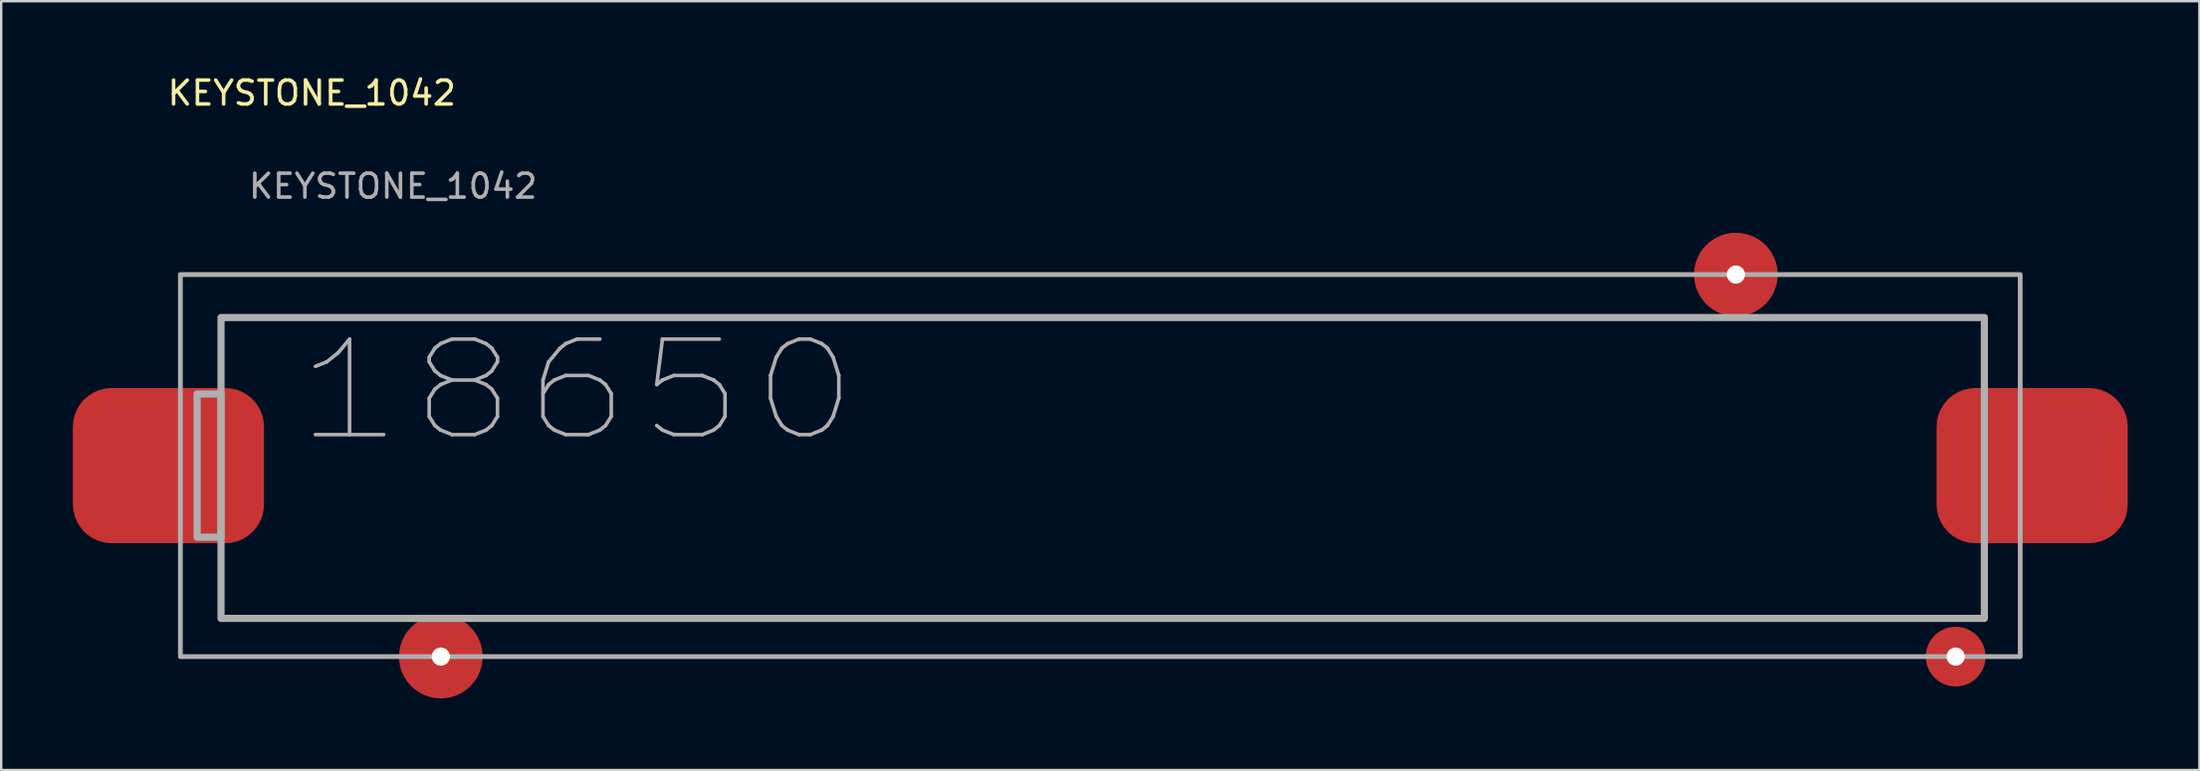
<source format=kicad_pcb>
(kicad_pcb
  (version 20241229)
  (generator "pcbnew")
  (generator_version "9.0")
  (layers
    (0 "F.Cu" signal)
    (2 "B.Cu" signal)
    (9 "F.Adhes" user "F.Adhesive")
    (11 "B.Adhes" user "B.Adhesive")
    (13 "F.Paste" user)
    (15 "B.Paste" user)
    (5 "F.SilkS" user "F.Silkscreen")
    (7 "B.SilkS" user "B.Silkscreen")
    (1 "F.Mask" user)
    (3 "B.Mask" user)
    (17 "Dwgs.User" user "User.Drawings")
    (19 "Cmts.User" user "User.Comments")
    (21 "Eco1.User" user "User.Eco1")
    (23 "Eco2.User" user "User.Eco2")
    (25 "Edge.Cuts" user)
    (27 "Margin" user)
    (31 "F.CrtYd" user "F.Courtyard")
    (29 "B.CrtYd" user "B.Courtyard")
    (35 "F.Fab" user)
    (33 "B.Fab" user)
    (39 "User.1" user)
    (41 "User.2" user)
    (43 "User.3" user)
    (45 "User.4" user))
  (footprint "KEYSTONE_1042"
    (layer "F.Cu")
    (at 43 16.448)
    (property "Reference" "KEYSTONE_1042" (at -33 -15.6 0) (unlocked yes) (layer "F.SilkS") (effects (font (size 1 1) (thickness 0.15))))
    (attr smd)
    (fp_rect (start -38.5 -8) (end 38.5 8) (stroke (width 0.2) (type default)) (fill no) (layer "F.Fab"))
    (fp_rect (start -37.8 -3) (end -36.8 3) (stroke (width 0.3) (type default)) (fill no) (layer "F.Fab"))
    (fp_rect (start -36.8 -6.2) (end 37 6.4) (stroke (width 0.3) (type default)) (fill no) (layer "F.Fab"))
    (fp_text user "${REFERENCE}" (at -29.6 -11.7 0) (unlocked yes) (layer "F.Fab") (effects (font (size 1 1) (thickness 0.15))))
    (fp_text user "18650" (at -33.9 -0.8 0) (unlocked yes) (layer "F.Fab") (effects (font (size 4 5) (thickness 0.15)) (justify left bottom)))
    (pad "" np_thru_hole circle (at -27.6 8) (size 3.5 3.5) (drill 0.762) (layers "F.Cu" "F.Mask" "F.Paste"))
    (pad "" np_thru_hole circle (at 26.6 -8) (size 3.5 3.5) (drill 0.762) (layers "F.Cu" "F.Mask" "F.Paste"))
    (pad "" np_thru_hole circle (at 35.8 8) (size 2.5 2.5) (drill 0.762) (layers "F.Cu" "F.Mask" "F.Paste"))
    (pad "1" smd roundrect (at -39 0) (size 8 6.5) (layers "F.Cu" "F.Mask" "F.Paste") (roundrect_rratio 0.25))
    (pad "2" smd roundrect (at 39 0) (size 8 6.5) (layers "F.Cu" "F.Mask" "F.Paste") (roundrect_rratio 0.25)))
  (gr_rect
    (start -3 -3)
    (end 89 29.198)
    (stroke (width 0.1) (type default))
    (fill no)
    (layer "Edge.Cuts")))
</source>
